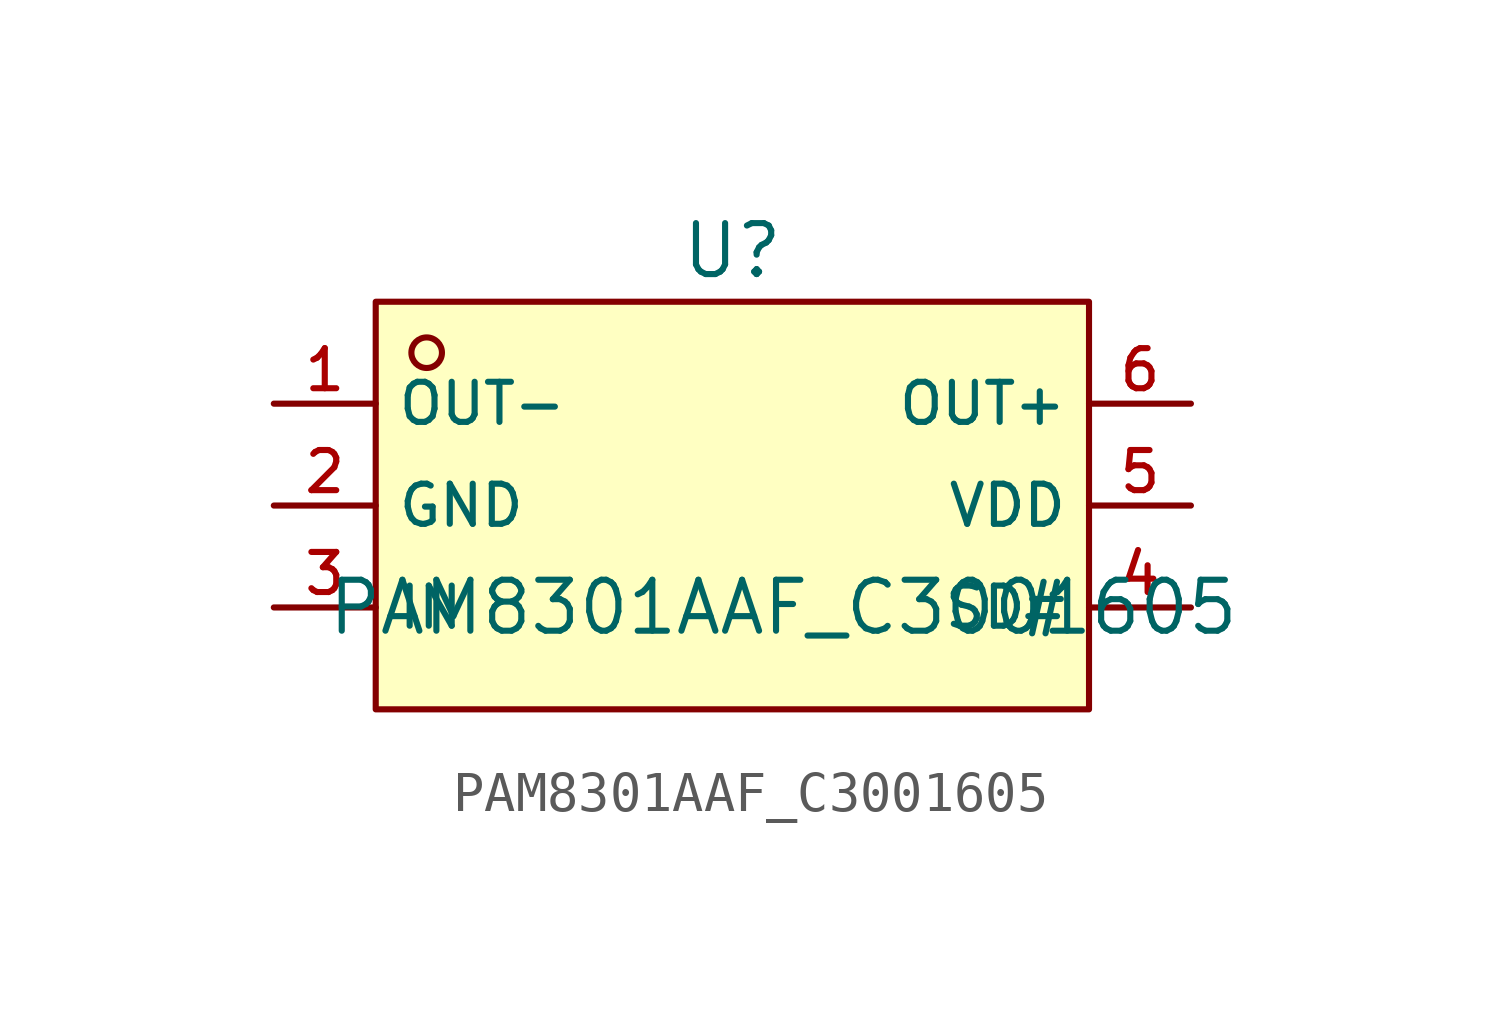
<source format=kicad_sym>
(kicad_symbol_lib
  (version 20220914)
  (generator kicad_symbol_editor)
  (symbol "PAM8301AAF_C3001605"
    (property "Reference" "U"
      (at 0 6.35 0)
      (effects (font (size 1.27 1.27))))
    (property "Value" "PAM8301AAF_C3001605"
      (at 1.27 -2.54 0)
      (effects (font (size 1.27 1.27))))
    (symbol "PAM8301AAF_C3001605_0_1"
      (rectangle (start -8.89 5.08) (end 8.89 -5.08) (stroke (width 0) (type default)) (fill (type background)))
      (circle (center -7.62 3.81) (radius 0.381) (stroke (width 0) (type default)) (fill (type background)))
      (pin output line (at -11.43 2.54 0) (length 2.54) (name "OUT-" (effects (font (size 1 1)))) (number "1" (effects (font (size 1 1)))))
      (pin power_in line (at -11.43 0 0) (length 2.54) (name "GND" (effects (font (size 1 1)))) (number "2" (effects (font (size 1 1)))))
      (pin input line (at -11.43 -2.54 0) (length 2.54) (name "IN" (effects (font (size 1 1)))) (number "3" (effects (font (size 1 1)))))
      (pin input line (at 11.43 -2.54 180) (length 2.54) (name "SD#" (effects (font (size 1 1)))) (number "4" (effects (font (size 1 1)))))
      (pin power_in line (at 11.43 0 180) (length 2.54) (name "VDD" (effects (font (size 1 1)))) (number "5" (effects (font (size 1 1)))))
      (pin output line (at 11.43 2.54 180) (length 2.54) (name "OUT+" (effects (font (size 1 1)))) (number "6" (effects (font (size 1 1))))))))
</source>
